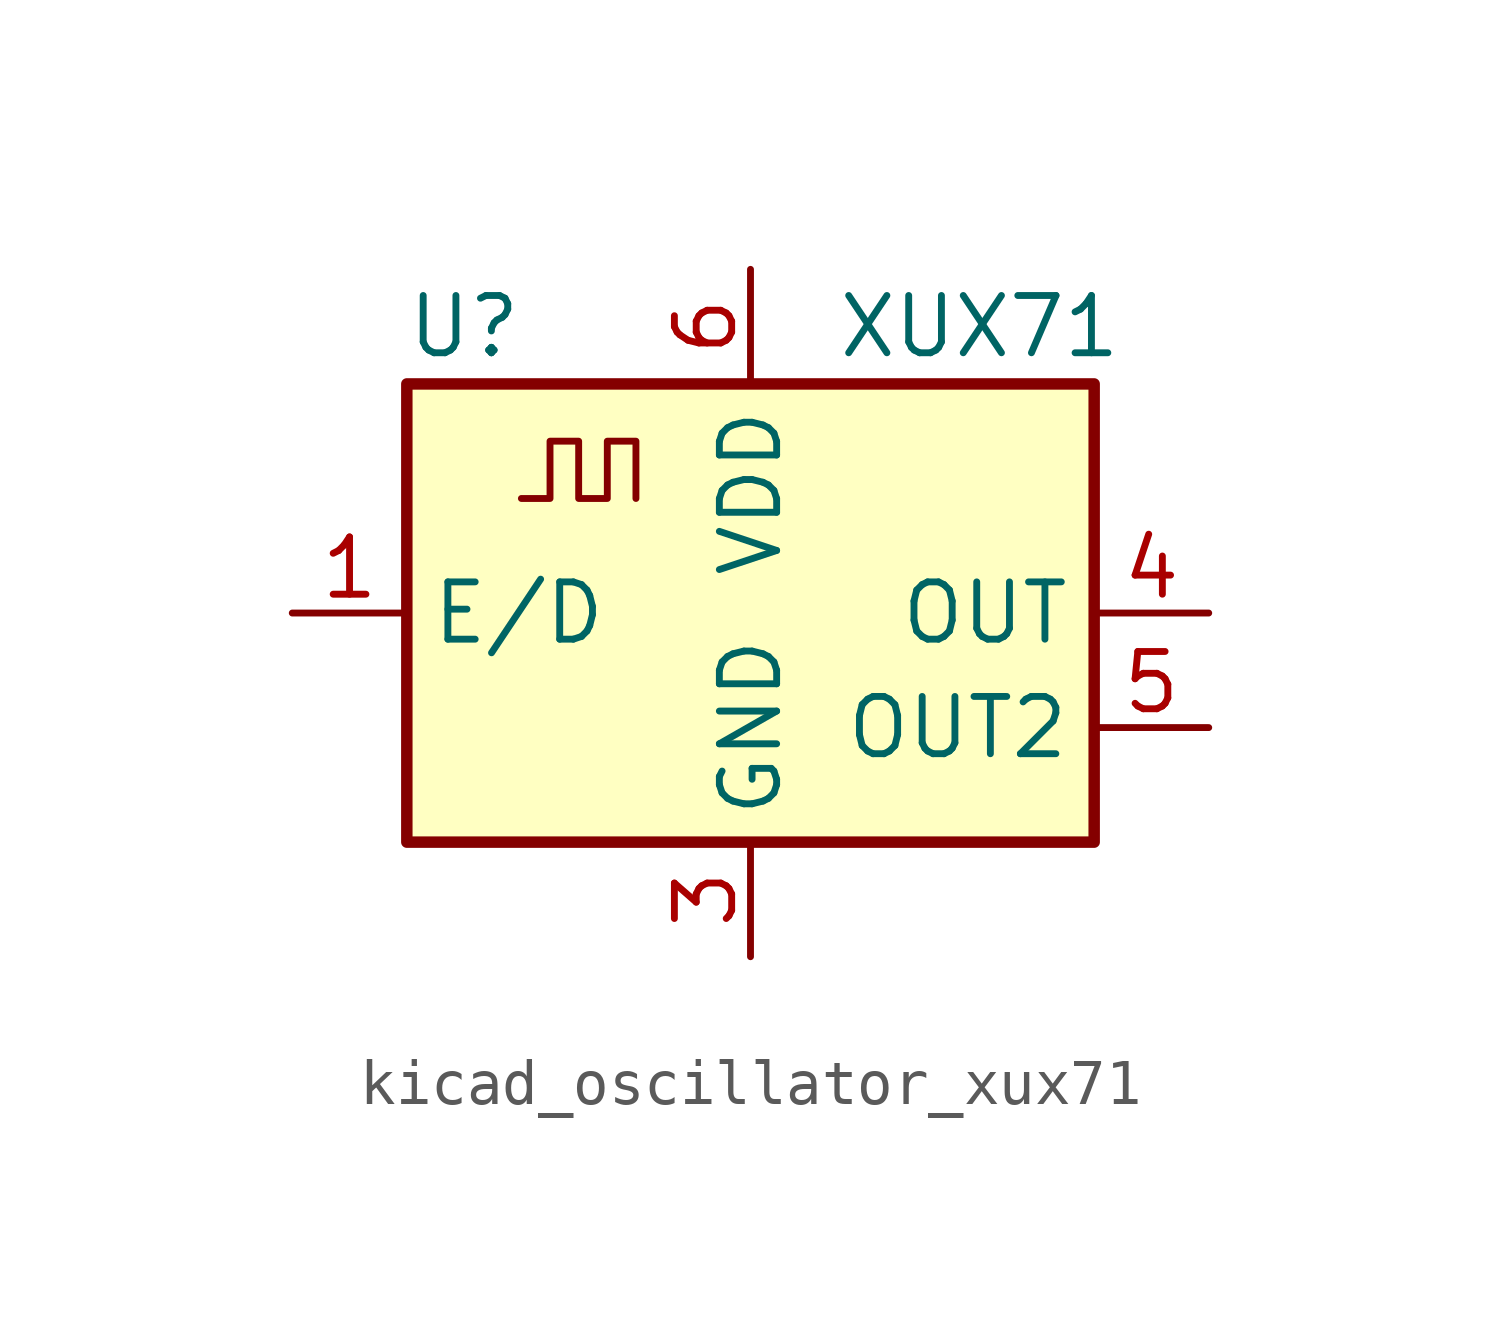
<source format=kicad_sym>
(kicad_symbol_lib
  (version 20220914)
  (generator kicad_symbol_editor)
  (symbol "kicad_oscillator_xux71"
    (property "Reference" "U"
      (at -6.35 6.35 0)
      (effects (font (size 1.27 1.27))))
    (property "Value" "XUX71"
      (at 5.08 6.35 0)
      (effects (font (size 1.27 1.27))))
    (symbol "kicad_oscillator_xux71_0_1"
      (rectangle (start -7.62 5.08) (end 7.62 -5.08) (stroke (width 0.254) (type default)) (fill (type background))))
    (symbol "kicad_oscillator_xux71_1_1"
      (polyline (pts (xy -5.08 2.54) (xy -4.445 2.54) (xy -4.445 3.81) (xy -3.81 3.81) (xy -3.81 2.54) (xy -3.175 2.54) (xy -3.175 3.81) (xy -2.54 3.81) (xy -2.54 2.54)) (stroke (width 0) (type default)) (fill (type none)))
      (pin input line (at -10.16 0 0) (length 2.54) (name "E/D" (effects (font (size 1.27 1.27)))) (number "1" (effects (font (size 1.27 1.27)))))
      (pin no_connect line (at -7.62 -2.54 0) (length 2.54) hide (name "NC" (effects (font (size 1.27 1.27)))) (number "2" (effects (font (size 1.27 1.27)))))
      (pin power_in line (at 0 -7.62 90) (length 2.54) (name "GND" (effects (font (size 1.27 1.27)))) (number "3" (effects (font (size 1.27 1.27)))))
      (pin output line (at 10.16 0 180) (length 2.54) (name "OUT" (effects (font (size 1.27 1.27)))) (number "4" (effects (font (size 1.27 1.27)))))
      (pin output line (at 10.16 -2.54 180) (length 2.54) (name "OUT2" (effects (font (size 1.27 1.27)))) (number "5" (effects (font (size 1.27 1.27)))))
      (pin power_in line (at 0 7.62 270) (length 2.54) (name "VDD" (effects (font (size 1.27 1.27)))) (number "6" (effects (font (size 1.27 1.27))))))))
</source>
